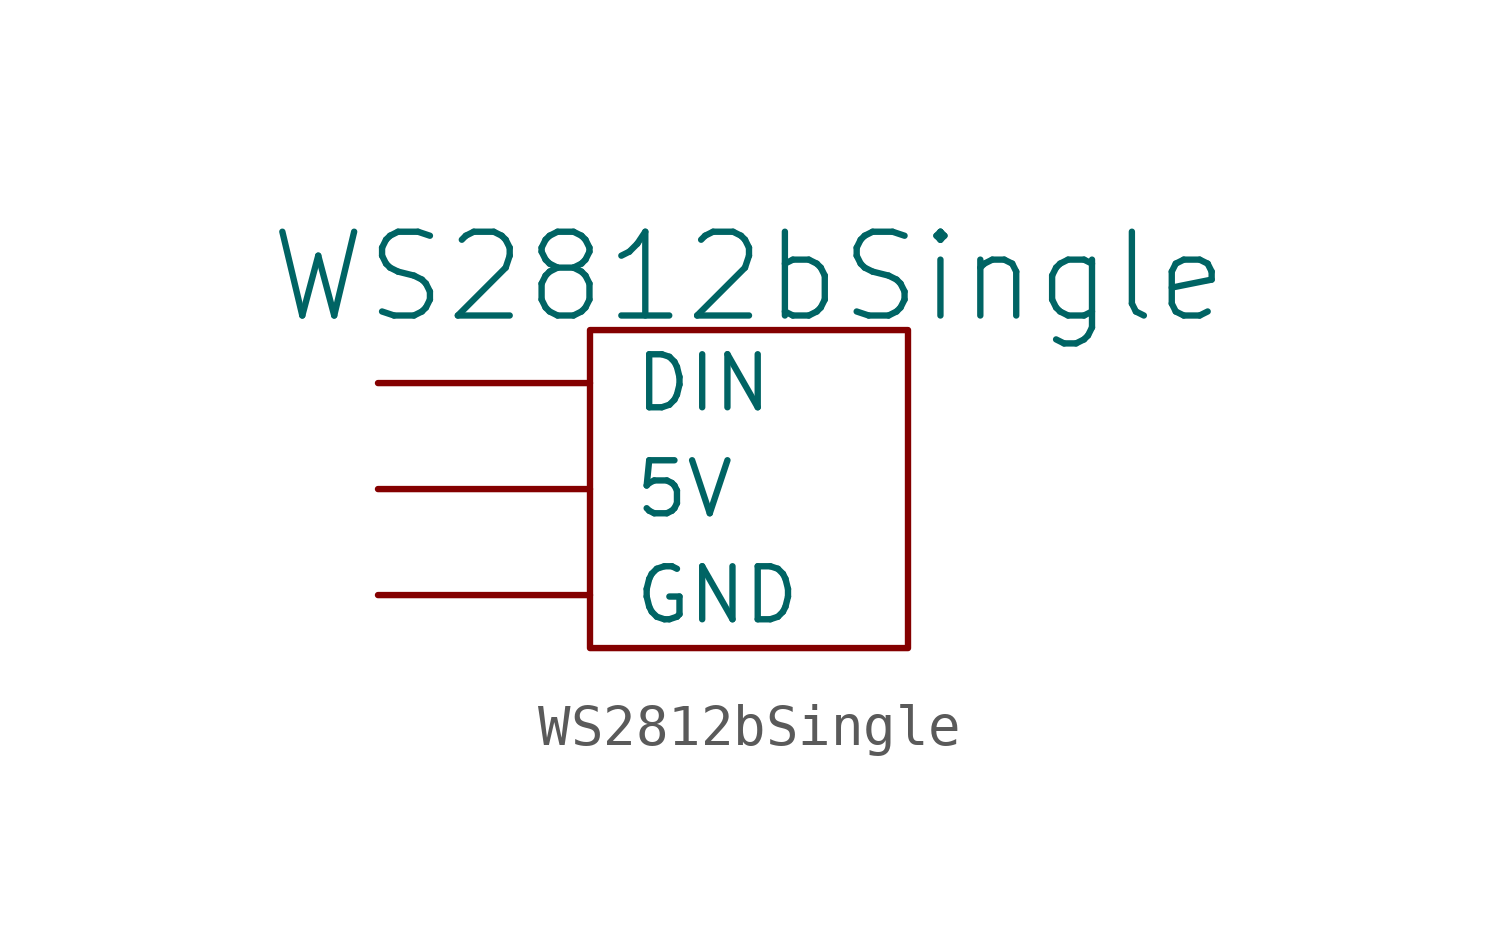
<source format=kicad_sym>
(kicad_symbol_lib
  (version 20231120)
  (generator "kicad_symbol_editor")
  (generator_version "8.0")
  (symbol "WS2812bSingle"
    (pin_numbers hide)
    (pin_names
      (offset 1.016))
    (property "Reference" "U"
      (at 0 0 0)
      (effects (font (size 2.007 2.007)) (hide yes)))
    (property "Value" "WS2812bSingle"
      (at 0 3.81 0)
      (effects (font (size 2.007 2.007))))
    (symbol "WS2812bSingle_0_1"
      (rectangle (start -3.81 2.54) (end 3.81 -5.08) (stroke (width 0) (type solid)) (fill (type none))))
    (symbol "WS2812bSingle_1_1"
      (pin input line (at -8.89 -1.27 0) (length 5.08) (name "5V" (effects (font (size 1.27 1.27)))) (number "~" (effects (font (size 1.27 1.27)))))
      (pin input line (at -8.89 1.27 0) (length 5.08) (name "DIN" (effects (font (size 1.27 1.27)))) (number "~" (effects (font (size 1.27 1.27)))))
      (pin input line (at -8.89 -3.81 0) (length 5.08) (name "GND" (effects (font (size 1.27 1.27)))) (number "~" (effects (font (size 1.27 1.27))))))))
</source>
